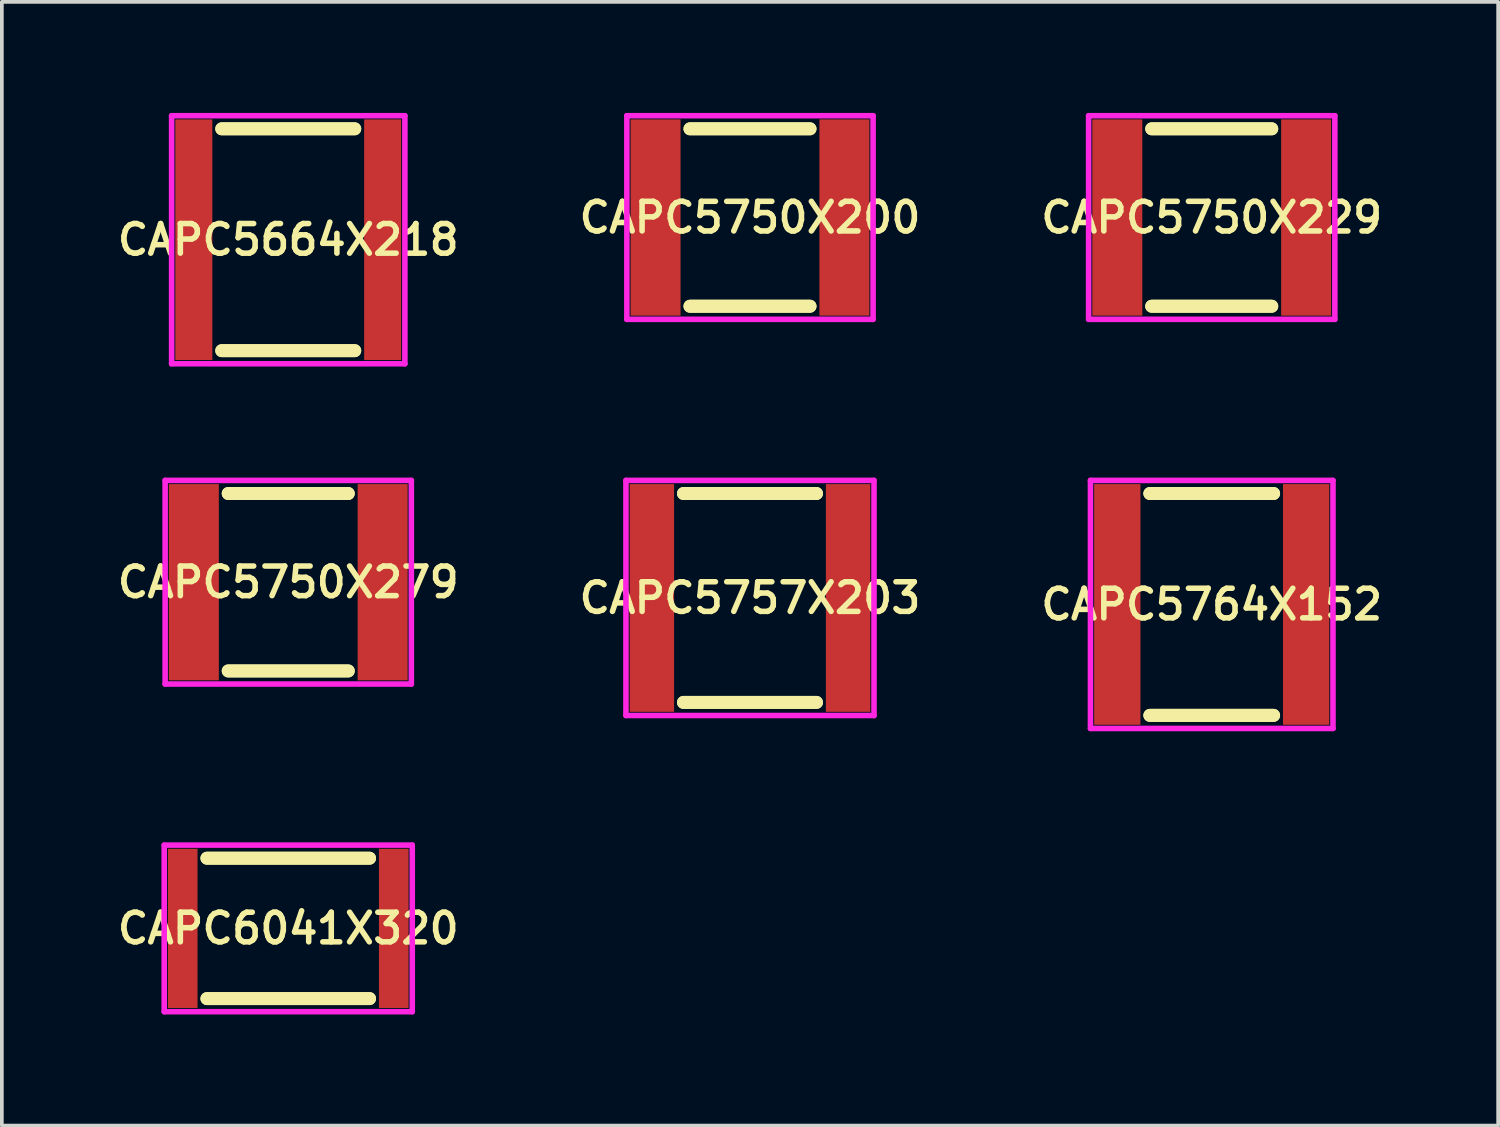
<source format=kicad_pcb>
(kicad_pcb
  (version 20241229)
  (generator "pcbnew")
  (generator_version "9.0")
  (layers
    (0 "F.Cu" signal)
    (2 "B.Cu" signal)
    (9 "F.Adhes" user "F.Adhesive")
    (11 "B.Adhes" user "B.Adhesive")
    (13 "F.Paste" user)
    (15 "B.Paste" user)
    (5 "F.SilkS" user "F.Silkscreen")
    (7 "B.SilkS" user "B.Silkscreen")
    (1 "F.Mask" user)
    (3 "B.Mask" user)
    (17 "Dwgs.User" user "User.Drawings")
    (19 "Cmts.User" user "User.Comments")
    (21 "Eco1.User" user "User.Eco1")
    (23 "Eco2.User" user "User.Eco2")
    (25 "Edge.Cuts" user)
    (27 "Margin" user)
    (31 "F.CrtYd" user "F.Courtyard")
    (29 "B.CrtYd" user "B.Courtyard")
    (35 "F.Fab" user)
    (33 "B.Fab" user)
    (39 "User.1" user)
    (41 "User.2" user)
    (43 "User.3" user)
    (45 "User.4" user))
  (footprint "CAPC5764X152"
    (layer "F.Cu")
    (at 29.677 13.275)
    (property "Reference" "CAPC5764X152" (at 0 0 0) (layer "F.SilkS") (effects (font (size 0.8 0.8) (thickness 0.15))))
    (attr smd)
    (fp_line (start -1.671 -2.996) (end 1.671 -2.996) (stroke (width 0.35) (type solid)) (layer "F.SilkS"))
    (fp_line (start -1.671 2.996) (end 1.671 2.996) (stroke (width 0.35) (type solid)) (layer "F.SilkS"))
    (fp_line (start 1.671 -2.996) (end -1.671 -2.996) (stroke (width 0.35) (type solid)) (layer "F.SilkS"))
    (fp_line (start 1.671 2.996) (end -1.671 2.996) (stroke (width 0.35) (type solid)) (layer "F.SilkS"))
    (fp_line (start -3.275 -3.35) (end 3.275 -3.35) (stroke (width 0.15) (type solid)) (layer "F.CrtYd"))
    (fp_line (start -3.275 3.35) (end -3.275 -3.35) (stroke (width 0.15) (type solid)) (layer "F.CrtYd"))
    (fp_line (start 3.275 -3.35) (end 3.275 3.35) (stroke (width 0.15) (type solid)) (layer "F.CrtYd"))
    (fp_line (start 3.275 3.35) (end -3.275 3.35) (stroke (width 0.15) (type solid)) (layer "F.CrtYd"))
    (pad "1" smd rect (at -2.55 0) (size 1.25 6.5) (layers "F.Cu" "F.Mask" "F.Paste"))
    (pad "2" smd rect (at 2.55 0) (size 1.25 6.5) (layers "F.Cu" "F.Mask" "F.Paste")))
  (footprint "CAPC5750X279"
    (layer "F.Cu")
    (at 4.735 12.675)
    (property "Reference" "CAPC5750X279" (at 0 0 0) (layer "F.SilkS") (effects (font (size 0.8 0.8) (thickness 0.15))))
    (attr smd)
    (fp_line (start -1.621 -2.396) (end 1.621 -2.396) (stroke (width 0.35) (type solid)) (layer "F.SilkS"))
    (fp_line (start -1.621 2.396) (end 1.621 2.396) (stroke (width 0.35) (type solid)) (layer "F.SilkS"))
    (fp_line (start 1.621 -2.396) (end -1.621 -2.396) (stroke (width 0.35) (type solid)) (layer "F.SilkS"))
    (fp_line (start 1.621 2.396) (end -1.621 2.396) (stroke (width 0.35) (type solid)) (layer "F.SilkS"))
    (fp_line (start -3.325 -2.75) (end 3.325 -2.75) (stroke (width 0.15) (type solid)) (layer "F.CrtYd"))
    (fp_line (start -3.325 2.75) (end -3.325 -2.75) (stroke (width 0.15) (type solid)) (layer "F.CrtYd"))
    (fp_line (start 3.325 -2.75) (end 3.325 2.75) (stroke (width 0.15) (type solid)) (layer "F.CrtYd"))
    (fp_line (start 3.325 2.75) (end -3.325 2.75) (stroke (width 0.15) (type solid)) (layer "F.CrtYd"))
    (pad "1" smd rect (at -2.55 0) (size 1.35 5.3) (layers "F.Cu" "F.Mask" "F.Paste"))
    (pad "2" smd rect (at 2.55 0) (size 1.35 5.3) (layers "F.Cu" "F.Mask" "F.Paste")))
  (footprint "CAPC6041X320"
    (layer "F.Cu")
    (at 4.735 22.025)
    (property "Reference" "CAPC6041X320" (at 0 0 0) (layer "F.SilkS") (effects (font (size 0.8 0.8) (thickness 0.15))))
    (attr through_hole)
    (fp_line (start -2.196 -1.896) (end 2.196 -1.896) (stroke (width 0.35) (type solid)) (layer "F.SilkS"))
    (fp_line (start -2.196 1.896) (end 2.196 1.896) (stroke (width 0.35) (type solid)) (layer "F.SilkS"))
    (fp_line (start 2.196 -1.896) (end -2.196 -1.896) (stroke (width 0.35) (type solid)) (layer "F.SilkS"))
    (fp_line (start 2.196 1.896) (end -2.196 1.896) (stroke (width 0.35) (type solid)) (layer "F.SilkS"))
    (fp_line (start -3.35 -2.25) (end 3.35 -2.25) (stroke (width 0.15) (type solid)) (layer "F.CrtYd"))
    (fp_line (start -3.35 2.25) (end -3.35 -2.25) (stroke (width 0.15) (type solid)) (layer "F.CrtYd"))
    (fp_line (start 3.35 -2.25) (end 3.35 2.25) (stroke (width 0.15) (type solid)) (layer "F.CrtYd"))
    (fp_line (start 3.35 2.25) (end -3.35 2.25) (stroke (width 0.15) (type solid)) (layer "F.CrtYd"))
    (pad "1" smd rect (at -2.85 0) (size 0.8 4.3) (layers "F.Cu" "F.Mask" "F.Paste"))
    (pad "2" smd rect (at 2.85 0) (size 0.8 4.3) (layers "F.Cu" "F.Mask" "F.Paste")))
  (footprint "CAPC5664X218"
    (layer "F.Cu")
    (at 4.735 3.425)
    (property "Reference" "CAPC5664X218" (at 0 0 0) (layer "F.SilkS") (effects (font (size 0.8 0.8) (thickness 0.15))))
    (attr through_hole)
    (fp_line (start -1.796 -2.996) (end 1.796 -2.996) (stroke (width 0.35) (type solid)) (layer "F.SilkS"))
    (fp_line (start -1.796 2.996) (end 1.796 2.996) (stroke (width 0.35) (type solid)) (layer "F.SilkS"))
    (fp_line (start 1.796 -2.996) (end -1.796 -2.996) (stroke (width 0.35) (type solid)) (layer "F.SilkS"))
    (fp_line (start 1.796 2.996) (end -1.796 2.996) (stroke (width 0.35) (type solid)) (layer "F.SilkS"))
    (fp_line (start -3.15 -3.35) (end 3.15 -3.35) (stroke (width 0.15) (type solid)) (layer "F.CrtYd"))
    (fp_line (start -3.15 3.35) (end -3.15 -3.35) (stroke (width 0.15) (type solid)) (layer "F.CrtYd"))
    (fp_line (start 3.15 -3.35) (end 3.15 3.35) (stroke (width 0.15) (type solid)) (layer "F.CrtYd"))
    (fp_line (start 3.15 3.35) (end -3.15 3.35) (stroke (width 0.15) (type solid)) (layer "F.CrtYd"))
    (pad "1" smd rect (at -2.55 0) (size 1 6.5) (layers "F.Cu" "F.Mask" "F.Paste"))
    (pad "2" smd rect (at 2.55 0) (size 1 6.5) (layers "F.Cu" "F.Mask" "F.Paste")))
  (footprint "CAPC5757X203"
    (layer "F.Cu")
    (at 17.206 13.1)
    (property "Reference" "CAPC5757X203" (at 0 0 0) (layer "F.SilkS") (effects (font (size 0.8 0.8) (thickness 0.15))))
    (attr smd)
    (fp_line (start -1.796 -2.821) (end 1.796 -2.821) (stroke (width 0.35) (type solid)) (layer "F.SilkS"))
    (fp_line (start -1.796 2.821) (end 1.796 2.821) (stroke (width 0.35) (type solid)) (layer "F.SilkS"))
    (fp_line (start 1.796 -2.821) (end -1.796 -2.821) (stroke (width 0.35) (type solid)) (layer "F.SilkS"))
    (fp_line (start 1.796 2.821) (end -1.796 2.821) (stroke (width 0.35) (type solid)) (layer "F.SilkS"))
    (fp_line (start -3.35 -3.175) (end 3.35 -3.175) (stroke (width 0.15) (type solid)) (layer "F.CrtYd"))
    (fp_line (start -3.35 3.175) (end -3.35 -3.175) (stroke (width 0.15) (type solid)) (layer "F.CrtYd"))
    (fp_line (start 3.35 -3.175) (end 3.35 3.175) (stroke (width 0.15) (type solid)) (layer "F.CrtYd"))
    (fp_line (start 3.35 3.175) (end -3.35 3.175) (stroke (width 0.15) (type solid)) (layer "F.CrtYd"))
    (pad "1" smd rect (at -2.65 0) (size 1.2 6.15) (layers "F.Cu" "F.Mask" "F.Paste"))
    (pad "2" smd rect (at 2.65 0) (size 1.2 6.15) (layers "F.Cu" "F.Mask" "F.Paste")))
  (footprint "CAPC5750X229"
    (layer "F.Cu")
    (at 29.677 2.825)
    (property "Reference" "CAPC5750X229" (at 0 0 0) (layer "F.SilkS") (effects (font (size 0.8 0.8) (thickness 0.15))))
    (attr smd)
    (fp_line (start -1.621 -2.396) (end 1.621 -2.396) (stroke (width 0.35) (type solid)) (layer "F.SilkS"))
    (fp_line (start -1.621 2.396) (end 1.621 2.396) (stroke (width 0.35) (type solid)) (layer "F.SilkS"))
    (fp_line (start 1.621 -2.396) (end -1.621 -2.396) (stroke (width 0.35) (type solid)) (layer "F.SilkS"))
    (fp_line (start 1.621 2.396) (end -1.621 2.396) (stroke (width 0.35) (type solid)) (layer "F.SilkS"))
    (fp_line (start -3.325 -2.75) (end 3.325 -2.75) (stroke (width 0.15) (type solid)) (layer "F.CrtYd"))
    (fp_line (start -3.325 2.75) (end -3.325 -2.75) (stroke (width 0.15) (type solid)) (layer "F.CrtYd"))
    (fp_line (start 3.325 -2.75) (end 3.325 2.75) (stroke (width 0.15) (type solid)) (layer "F.CrtYd"))
    (fp_line (start 3.325 2.75) (end -3.325 2.75) (stroke (width 0.15) (type solid)) (layer "F.CrtYd"))
    (pad "1" smd rect (at -2.55 0) (size 1.35 5.3) (layers "F.Cu" "F.Mask" "F.Paste"))
    (pad "2" smd rect (at 2.55 0) (size 1.35 5.3) (layers "F.Cu" "F.Mask" "F.Paste")))
  (footprint "CAPC5750X200"
    (layer "F.Cu")
    (at 17.206 2.825)
    (property "Reference" "CAPC5750X200" (at 0 0 0) (layer "F.SilkS") (effects (font (size 0.8 0.8) (thickness 0.15))))
    (attr smd)
    (fp_line (start -1.621 -2.396) (end 1.621 -2.396) (stroke (width 0.35) (type solid)) (layer "F.SilkS"))
    (fp_line (start -1.621 2.396) (end 1.621 2.396) (stroke (width 0.35) (type solid)) (layer "F.SilkS"))
    (fp_line (start 1.621 -2.396) (end -1.621 -2.396) (stroke (width 0.35) (type solid)) (layer "F.SilkS"))
    (fp_line (start 1.621 2.396) (end -1.621 2.396) (stroke (width 0.35) (type solid)) (layer "F.SilkS"))
    (fp_line (start -3.325 -2.75) (end 3.325 -2.75) (stroke (width 0.15) (type solid)) (layer "F.CrtYd"))
    (fp_line (start -3.325 2.75) (end -3.325 -2.75) (stroke (width 0.15) (type solid)) (layer "F.CrtYd"))
    (fp_line (start 3.325 -2.75) (end 3.325 2.75) (stroke (width 0.15) (type solid)) (layer "F.CrtYd"))
    (fp_line (start 3.325 2.75) (end -3.325 2.75) (stroke (width 0.15) (type solid)) (layer "F.CrtYd"))
    (pad "1" smd rect (at -2.55 0) (size 1.35 5.3) (layers "F.Cu" "F.Mask" "F.Paste"))
    (pad "2" smd rect (at 2.55 0) (size 1.35 5.3) (layers "F.Cu" "F.Mask" "F.Paste")))
  (gr_rect
    (start -3 -3)
    (end 37.413 27.35)
    (stroke (width 0.1) (type default))
    (fill no)
    (layer "Edge.Cuts")))
</source>
